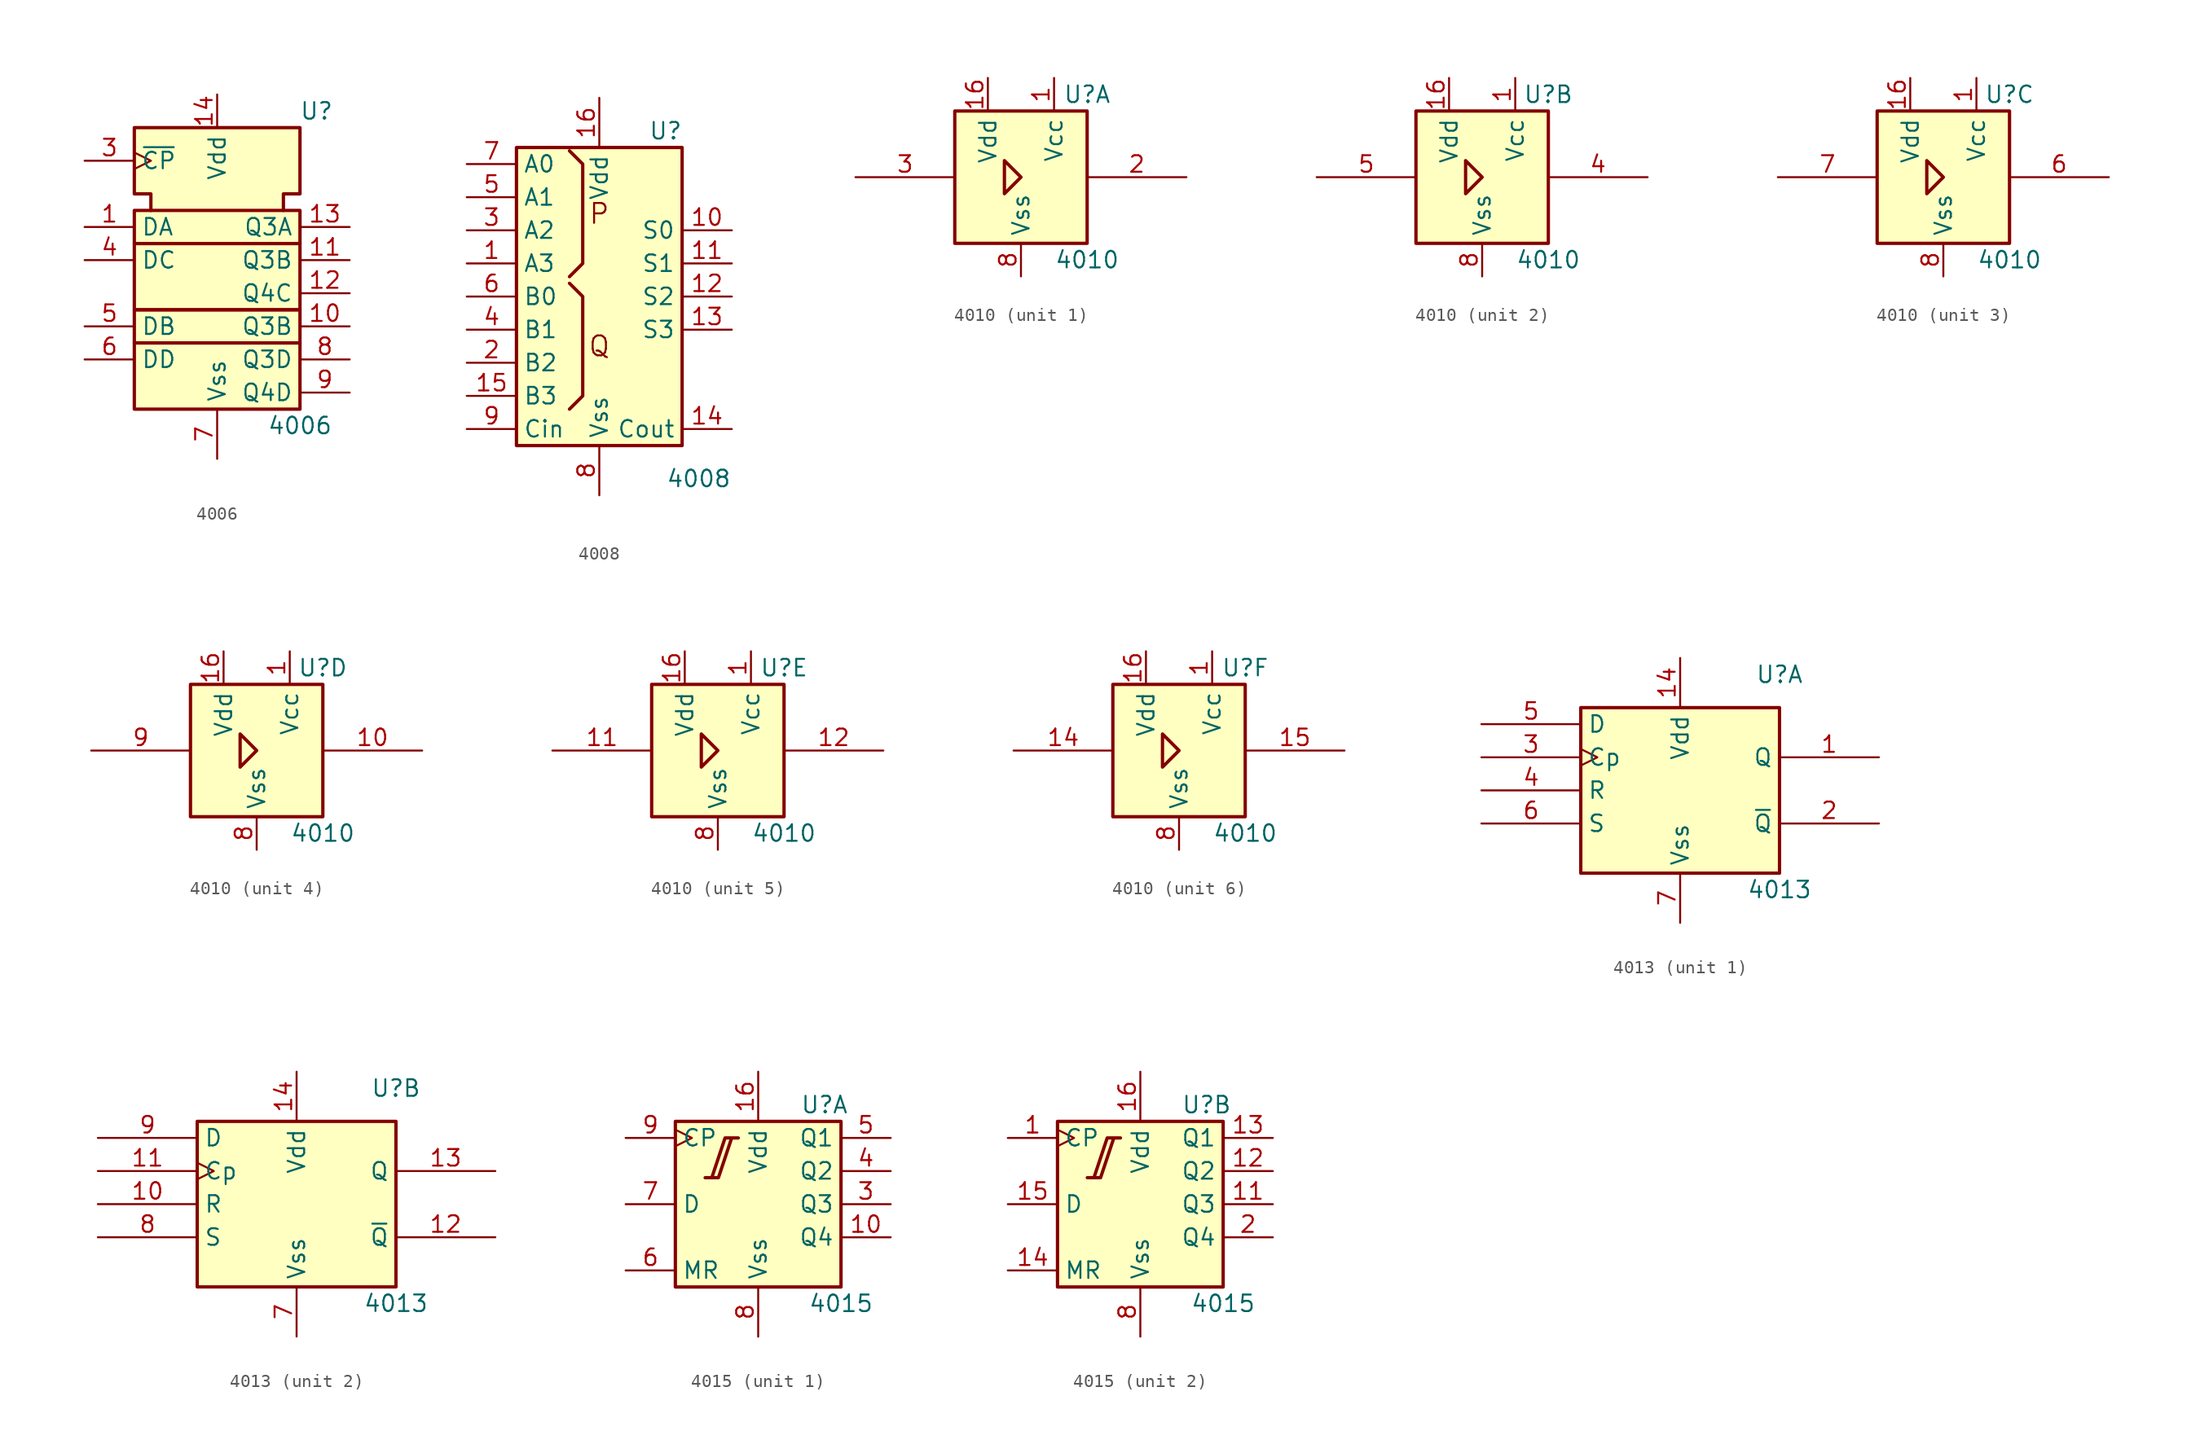
<source format=kicad_sym>
(kicad_symbol_lib
  (version 20241209)
  (generator "kicad_symbol_editor")
  (generator_version "9.0")
  (symbol "4006"
    (property "Reference" "U"
      (at 7.62 8.89 0)
      (effects (font (size 1.27 1.27))))
    (property "Value" "4006"
      (at 6.35 -15.24 0)
      (effects (font (size 1.27 1.27))))
    (symbol "4006_0_0"
      (rectangle (start -6.35 1.27) (end 6.35 -1.27) (stroke (width 0.254) (type default)) (fill (type background)))
      (rectangle (start -6.35 -1.27) (end 6.35 -6.35) (stroke (width 0.254) (type default)) (fill (type background)))
      (rectangle (start -6.35 -6.35) (end 6.35 -8.89) (stroke (width 0.254) (type default)) (fill (type background)))
      (rectangle (start -6.35 -8.89) (end 6.35 -13.97) (stroke (width 0.254) (type default)) (fill (type background)))
      (polyline (pts (xy -5.08 1.27) (xy -5.08 2.54) (xy -6.35 2.54) (xy -6.35 7.62) (xy 6.35 7.62) (xy 6.35 2.54) (xy 5.08 2.54) (xy 5.08 1.27) (xy 5.08 1.27)) (stroke (width 0.254) (type default)) (fill (type background))))
    (symbol "4006_0_1"
      (pin power_in line (at 0 10.16 270) (length 2.54) (name "Vdd" (effects (font (size 1.27 1.27)))) (number "14" (effects (font (size 1.27 1.27)))))
      (pin power_in line (at 0 -17.78 90) (length 3.81) (name "Vss" (effects (font (size 1.27 1.27)))) (number "7" (effects (font (size 1.27 1.27))))))
    (symbol "4006_1_1"
      (pin input clock (at -10.16 5.08 0) (length 3.81) (name "~{CP}" (effects (font (size 1.27 1.27)))) (number "3" (effects (font (size 1.27 1.27)))))
      (pin input line (at -10.16 0 0) (length 3.81) (name "DA" (effects (font (size 1.27 1.27)))) (number "1" (effects (font (size 1.27 1.27)))))
      (pin input line (at -10.16 -2.54 0) (length 3.81) (name "DC" (effects (font (size 1.27 1.27)))) (number "4" (effects (font (size 1.27 1.27)))))
      (pin input line (at -10.16 -7.62 0) (length 3.81) (name "DB" (effects (font (size 1.27 1.27)))) (number "5" (effects (font (size 1.27 1.27)))))
      (pin input line (at -10.16 -10.16 0) (length 3.81) (name "DD" (effects (font (size 1.27 1.27)))) (number "6" (effects (font (size 1.27 1.27)))))
      (pin output line (at 10.16 0 180) (length 3.81) (name "Q3A" (effects (font (size 1.27 1.27)))) (number "13" (effects (font (size 1.27 1.27)))))
      (pin output line (at 10.16 -2.54 180) (length 3.81) (name "Q3B" (effects (font (size 1.27 1.27)))) (number "11" (effects (font (size 1.27 1.27)))))
      (pin output line (at 10.16 -5.08 180) (length 3.81) (name "Q4C" (effects (font (size 1.27 1.27)))) (number "12" (effects (font (size 1.27 1.27)))))
      (pin output line (at 10.16 -7.62 180) (length 3.81) (name "Q3B" (effects (font (size 1.27 1.27)))) (number "10" (effects (font (size 1.27 1.27)))))
      (pin output line (at 10.16 -10.16 180) (length 3.81) (name "Q3D" (effects (font (size 1.27 1.27)))) (number "8" (effects (font (size 1.27 1.27)))))
      (pin output line (at 10.16 -12.7 180) (length 3.81) (name "Q4D" (effects (font (size 1.27 1.27)))) (number "9" (effects (font (size 1.27 1.27)))))))
  (symbol "4008"
    (property "Reference" "U"
      (at 5.08 12.7 0)
      (effects (font (size 1.27 1.27))))
    (property "Value" "4008"
      (at 7.62 -13.97 0)
      (effects (font (size 1.27 1.27))))
    (symbol "4008_0_0"
      (text "P" (at 0 6.35 0) (effects (font (size 1.524 1.524))))
      (text "Q" (at 0 -3.81 0) (effects (font (size 1.524 1.524)))))
    (symbol "4008_0_1"
      (rectangle (start -6.35 11.43) (end 6.35 -11.43) (stroke (width 0.254) (type default)) (fill (type background)))
      (polyline (pts (xy -2.286 1.524) (xy -1.27 2.54) (xy -1.27 10.16) (xy -2.286 11.176) (xy -2.286 11.176)) (stroke (width 0.254) (type default)) (fill (type background)))
      (polyline (pts (xy -2.286 1.016) (xy -1.27 0) (xy -1.27 -7.62) (xy -2.286 -8.636) (xy -2.286 -8.636)) (stroke (width 0.254) (type default)) (fill (type background))))
    (symbol "4008_1_1"
      (pin input line (at -10.16 10.16 0) (length 3.81) (name "A0" (effects (font (size 1.27 1.27)))) (number "7" (effects (font (size 1.27 1.27)))))
      (pin input line (at -10.16 7.62 0) (length 3.81) (name "A1" (effects (font (size 1.27 1.27)))) (number "5" (effects (font (size 1.27 1.27)))))
      (pin input line (at -10.16 5.08 0) (length 3.81) (name "A2" (effects (font (size 1.27 1.27)))) (number "3" (effects (font (size 1.27 1.27)))))
      (pin input line (at -10.16 2.54 0) (length 3.81) (name "A3" (effects (font (size 1.27 1.27)))) (number "1" (effects (font (size 1.27 1.27)))))
      (pin input line (at -10.16 0 0) (length 3.81) (name "B0" (effects (font (size 1.27 1.27)))) (number "6" (effects (font (size 1.27 1.27)))))
      (pin input line (at -10.16 -2.54 0) (length 3.81) (name "B1" (effects (font (size 1.27 1.27)))) (number "4" (effects (font (size 1.27 1.27)))))
      (pin input line (at -10.16 -5.08 0) (length 3.81) (name "B2" (effects (font (size 1.27 1.27)))) (number "2" (effects (font (size 1.27 1.27)))))
      (pin input line (at -10.16 -7.62 0) (length 3.81) (name "B3" (effects (font (size 1.27 1.27)))) (number "15" (effects (font (size 1.27 1.27)))))
      (pin input line (at -10.16 -10.16 0) (length 3.81) (name "Cin" (effects (font (size 1.27 1.27)))) (number "9" (effects (font (size 1.27 1.27)))))
      (pin power_in line (at 0 15.24 270) (length 3.81) (name "Vdd" (effects (font (size 1.27 1.27)))) (number "16" (effects (font (size 1.27 1.27)))))
      (pin power_in line (at 0 -15.24 90) (length 3.81) (name "Vss" (effects (font (size 1.27 1.27)))) (number "8" (effects (font (size 1.27 1.27)))))
      (pin output line (at 10.16 5.08 180) (length 3.81) (name "S0" (effects (font (size 1.27 1.27)))) (number "10" (effects (font (size 1.27 1.27)))))
      (pin output line (at 10.16 2.54 180) (length 3.81) (name "S1" (effects (font (size 1.27 1.27)))) (number "11" (effects (font (size 1.27 1.27)))))
      (pin output line (at 10.16 0 180) (length 3.81) (name "S2" (effects (font (size 1.27 1.27)))) (number "12" (effects (font (size 1.27 1.27)))))
      (pin output line (at 10.16 -2.54 180) (length 3.81) (name "S3" (effects (font (size 1.27 1.27)))) (number "13" (effects (font (size 1.27 1.27)))))
      (pin output line (at 10.16 -10.16 180) (length 3.81) (name "Cout" (effects (font (size 1.27 1.27)))) (number "14" (effects (font (size 1.27 1.27)))))))
  (symbol "4010"
    (property "Reference" "U"
      (at 5.08 6.35 0)
      (effects (font (size 1.27 1.27))))
    (property "Value" "4010"
      (at 5.08 -6.35 0)
      (effects (font (size 1.27 1.27))))
    (symbol "4010_0_0"
      (rectangle (start -5.08 5.08) (end 5.08 -5.08) (stroke (width 0.254) (type default)) (fill (type background)))
      (polyline (pts (xy -1.27 1.27) (xy -1.27 -1.27) (xy 0 0) (xy -1.27 1.27) (xy -1.27 1.27)) (stroke (width 0.254) (type default)) (fill (type background))))
    (symbol "4010_0_1"
      (pin power_in line (at -2.54 7.62 270) (length 2.54) (name "Vdd" (effects (font (size 1.27 1.27)))) (number "16" (effects (font (size 1.27 1.27)))))
      (pin power_in line (at 0 -7.62 90) (length 2.54) (name "Vss" (effects (font (size 1.27 1.27)))) (number "8" (effects (font (size 1.27 1.27)))))
      (pin power_in line (at 2.54 7.62 270) (length 2.54) (name "Vcc" (effects (font (size 1.27 1.27)))) (number "1" (effects (font (size 1.27 1.27))))))
    (symbol "4010_1_1"
      (pin input line (at -12.7 0 0) (length 7.62) (name "~" (effects (font (size 1.27 1.27)))) (number "3" (effects (font (size 1.27 1.27)))))
      (pin output line (at 12.7 0 180) (length 7.62) (name "~" (effects (font (size 1.27 1.27)))) (number "2" (effects (font (size 1.27 1.27))))))
    (symbol "4010_2_1"
      (pin input line (at -12.7 0 0) (length 7.62) (name "~" (effects (font (size 1.27 1.27)))) (number "5" (effects (font (size 1.27 1.27)))))
      (pin output line (at 12.7 0 180) (length 7.62) (name "~" (effects (font (size 1.27 1.27)))) (number "4" (effects (font (size 1.27 1.27))))))
    (symbol "4010_3_1"
      (pin input line (at -12.7 0 0) (length 7.62) (name "~" (effects (font (size 1.27 1.27)))) (number "7" (effects (font (size 1.27 1.27)))))
      (pin output line (at 12.7 0 180) (length 7.62) (name "~" (effects (font (size 1.27 1.27)))) (number "6" (effects (font (size 1.27 1.27))))))
    (symbol "4010_4_1"
      (pin input line (at -12.7 0 0) (length 7.62) (name "~" (effects (font (size 1.27 1.27)))) (number "9" (effects (font (size 1.27 1.27)))))
      (pin output line (at 12.7 0 180) (length 7.62) (name "~" (effects (font (size 1.27 1.27)))) (number "10" (effects (font (size 1.27 1.27))))))
    (symbol "4010_5_1"
      (pin input line (at -12.7 0 0) (length 7.62) (name "~" (effects (font (size 1.27 1.27)))) (number "11" (effects (font (size 1.27 1.27)))))
      (pin output line (at 12.7 0 180) (length 7.62) (name "~" (effects (font (size 1.27 1.27)))) (number "12" (effects (font (size 1.27 1.27))))))
    (symbol "4010_6_1"
      (pin input line (at -12.7 0 0) (length 7.62) (name "~" (effects (font (size 1.27 1.27)))) (number "14" (effects (font (size 1.27 1.27)))))
      (pin output line (at 12.7 0 180) (length 7.62) (name "~" (effects (font (size 1.27 1.27)))) (number "15" (effects (font (size 1.27 1.27)))))))
  (symbol "4013"
    (property "Reference" "U"
      (at 7.62 8.89 0)
      (effects (font (size 1.27 1.27))))
    (property "Value" "4013"
      (at 7.62 -7.62 0)
      (effects (font (size 1.27 1.27))))
    (symbol "4013_0_0"
      (pin power_in line (at 0 10.16 270) (length 3.81) (name "Vdd" (effects (font (size 1.27 1.27)))) (number "14" (effects (font (size 1.27 1.27)))))
      (pin power_in line (at 0 -10.16 90) (length 3.81) (name "Vss" (effects (font (size 1.27 1.27)))) (number "7" (effects (font (size 1.27 1.27))))))
    (symbol "4013_0_1"
      (rectangle (start -7.62 6.35) (end 7.62 -6.35) (stroke (width 0.254) (type default)) (fill (type background))))
    (symbol "4013_1_1"
      (pin input line (at -15.24 5.08 0) (length 7.62) (name "D" (effects (font (size 1.27 1.27)))) (number "5" (effects (font (size 1.27 1.27)))))
      (pin input clock (at -15.24 2.54 0) (length 7.62) (name "Cp" (effects (font (size 1.27 1.27)))) (number "3" (effects (font (size 1.27 1.27)))))
      (pin input line (at -15.24 0 0) (length 7.62) (name "R" (effects (font (size 1.27 1.27)))) (number "4" (effects (font (size 1.27 1.27)))))
      (pin input line (at -15.24 -2.54 0) (length 7.62) (name "S" (effects (font (size 1.27 1.27)))) (number "6" (effects (font (size 1.27 1.27)))))
      (pin output line (at 15.24 2.54 180) (length 7.62) (name "Q" (effects (font (size 1.27 1.27)))) (number "1" (effects (font (size 1.27 1.27)))))
      (pin output line (at 15.24 -2.54 180) (length 7.62) (name "~{Q}" (effects (font (size 1.27 1.27)))) (number "2" (effects (font (size 1.27 1.27))))))
    (symbol "4013_2_1"
      (pin input line (at -15.24 5.08 0) (length 7.62) (name "D" (effects (font (size 1.27 1.27)))) (number "9" (effects (font (size 1.27 1.27)))))
      (pin input clock (at -15.24 2.54 0) (length 7.62) (name "Cp" (effects (font (size 1.27 1.27)))) (number "11" (effects (font (size 1.27 1.27)))))
      (pin input line (at -15.24 0 0) (length 7.62) (name "R" (effects (font (size 1.27 1.27)))) (number "10" (effects (font (size 1.27 1.27)))))
      (pin input line (at -15.24 -2.54 0) (length 7.62) (name "S" (effects (font (size 1.27 1.27)))) (number "8" (effects (font (size 1.27 1.27)))))
      (pin input line (at 15.24 2.54 180) (length 7.62) (name "Q" (effects (font (size 1.27 1.27)))) (number "13" (effects (font (size 1.27 1.27)))))
      (pin input line (at 15.24 -2.54 180) (length 7.62) (name "~{Q}" (effects (font (size 1.27 1.27)))) (number "12" (effects (font (size 1.27 1.27)))))))
  (symbol "4015"
    (property "Reference" "U"
      (at 5.08 7.62 0)
      (effects (font (size 1.27 1.27))))
    (property "Value" "4015"
      (at 6.35 -7.62 0)
      (effects (font (size 1.27 1.27))))
    (symbol "4015_0_1"
      (polyline (pts (xy -4.064 2.032) (xy -3.048 2.032) (xy -2.032 5.08) (xy -1.524 5.08) (xy -2.54 5.08) (xy -3.556 2.032) (xy -3.556 2.032)) (stroke (width 0.254) (type default)) (fill (type background)))
      (rectangle (start 6.35 6.35) (end -6.35 -6.35) (stroke (width 0.254) (type default)) (fill (type background)))
      (pin power_in line (at 0 10.16 270) (length 3.81) (name "Vdd" (effects (font (size 1.27 1.27)))) (number "16" (effects (font (size 1.27 1.27)))))
      (pin power_in line (at 0 -10.16 90) (length 3.81) (name "Vss" (effects (font (size 1.27 1.27)))) (number "8" (effects (font (size 1.27 1.27))))))
    (symbol "4015_1_1"
      (pin input clock (at -10.16 5.08 0) (length 3.81) (name "CP" (effects (font (size 1.27 1.27)))) (number "9" (effects (font (size 1.27 1.27)))))
      (pin input line (at -10.16 0 0) (length 3.81) (name "D" (effects (font (size 1.27 1.27)))) (number "7" (effects (font (size 1.27 1.27)))))
      (pin input line (at -10.16 -5.08 0) (length 3.81) (name "MR" (effects (font (size 1.27 1.27)))) (number "6" (effects (font (size 1.27 1.27)))))
      (pin output line (at 10.16 5.08 180) (length 3.81) (name "Q1" (effects (font (size 1.27 1.27)))) (number "5" (effects (font (size 1.27 1.27)))))
      (pin output line (at 10.16 2.54 180) (length 3.81) (name "Q2" (effects (font (size 1.27 1.27)))) (number "4" (effects (font (size 1.27 1.27)))))
      (pin output line (at 10.16 0 180) (length 3.81) (name "Q3" (effects (font (size 1.27 1.27)))) (number "3" (effects (font (size 1.27 1.27)))))
      (pin output line (at 10.16 -2.54 180) (length 3.81) (name "Q4" (effects (font (size 1.27 1.27)))) (number "10" (effects (font (size 1.27 1.27))))))
    (symbol "4015_2_1"
      (pin input clock (at -10.16 5.08 0) (length 3.81) (name "CP" (effects (font (size 1.27 1.27)))) (number "1" (effects (font (size 1.27 1.27)))))
      (pin input line (at -10.16 0 0) (length 3.81) (name "D" (effects (font (size 1.27 1.27)))) (number "15" (effects (font (size 1.27 1.27)))))
      (pin input line (at -10.16 -5.08 0) (length 3.81) (name "MR" (effects (font (size 1.27 1.27)))) (number "14" (effects (font (size 1.27 1.27)))))
      (pin output line (at 10.16 5.08 180) (length 3.81) (name "Q1" (effects (font (size 1.27 1.27)))) (number "13" (effects (font (size 1.27 1.27)))))
      (pin output line (at 10.16 2.54 180) (length 3.81) (name "Q2" (effects (font (size 1.27 1.27)))) (number "12" (effects (font (size 1.27 1.27)))))
      (pin output line (at 10.16 0 180) (length 3.81) (name "Q3" (effects (font (size 1.27 1.27)))) (number "11" (effects (font (size 1.27 1.27)))))
      (pin output line (at 10.16 -2.54 180) (length 3.81) (name "Q4" (effects (font (size 1.27 1.27)))) (number "2" (effects (font (size 1.27 1.27))))))))
</source>
